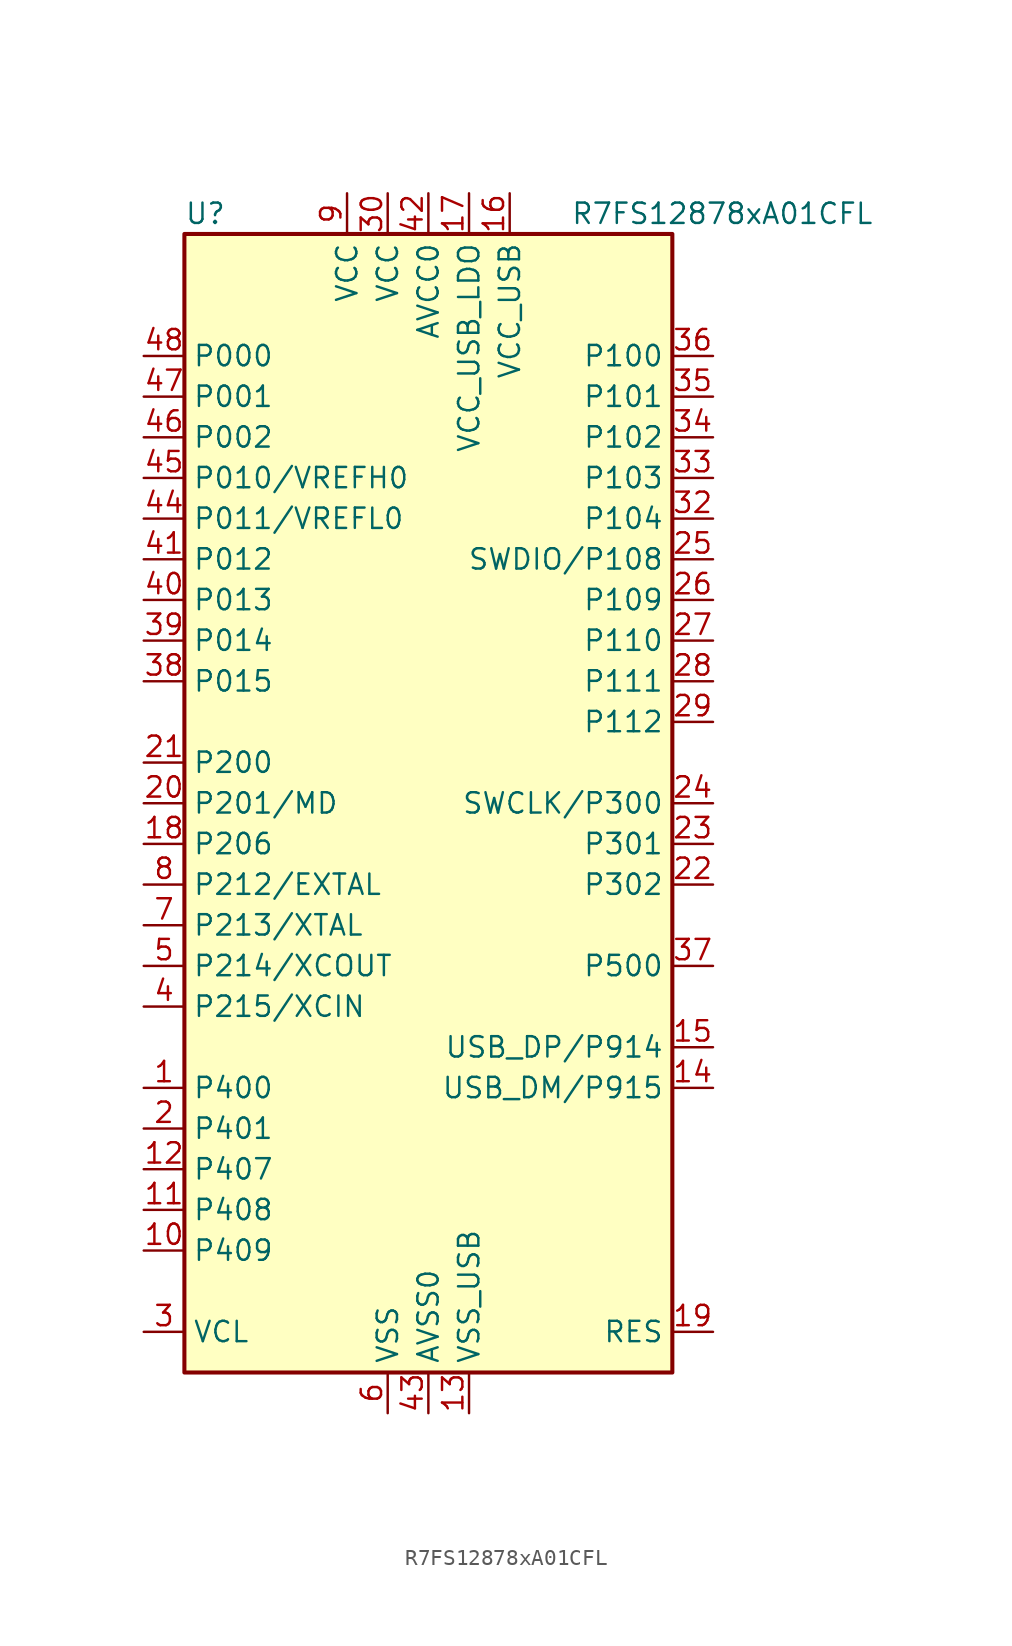
<source format=kicad_sym>
(kicad_symbol_lib
  (version 20241209)
  (generator "kicad_symbol_editor")
  (generator_version "9.0")
  (symbol "R7FS12878xA01CFL"
    (property "Reference" "U"
      (at -15.24 36.83 0)
      (effects (font (size 1.27 1.27)) (justify left)))
    (property "Value" "R7FS12878xA01CFL"
      (at 8.89 36.83 0)
      (effects (font (size 1.27 1.27)) (justify left)))
    (symbol "R7FS12878xA01CFL_0_1"
      (rectangle (start -15.24 -35.56) (end 15.24 35.56) (stroke (width 0.254) (type default)) (fill (type background))))
    (symbol "R7FS12878xA01CFL_1_1"
      (pin bidirectional line (at -17.78 27.94 0) (length 2.54) (name "P000" (effects (font (size 1.27 1.27)))) (number "48" (effects (font (size 1.27 1.27)))))
      (pin bidirectional line (at -17.78 25.4 0) (length 2.54) (name "P001" (effects (font (size 1.27 1.27)))) (number "47" (effects (font (size 1.27 1.27)))))
      (pin bidirectional line (at -17.78 22.86 0) (length 2.54) (name "P002" (effects (font (size 1.27 1.27)))) (number "46" (effects (font (size 1.27 1.27)))))
      (pin bidirectional line (at -17.78 20.32 0) (length 2.54) (name "P010/VREFH0" (effects (font (size 1.27 1.27)))) (number "45" (effects (font (size 1.27 1.27)))))
      (pin bidirectional line (at -17.78 17.78 0) (length 2.54) (name "P011/VREFL0" (effects (font (size 1.27 1.27)))) (number "44" (effects (font (size 1.27 1.27)))))
      (pin bidirectional line (at -17.78 15.24 0) (length 2.54) (name "P012" (effects (font (size 1.27 1.27)))) (number "41" (effects (font (size 1.27 1.27)))))
      (pin bidirectional line (at -17.78 12.7 0) (length 2.54) (name "P013" (effects (font (size 1.27 1.27)))) (number "40" (effects (font (size 1.27 1.27)))))
      (pin bidirectional line (at -17.78 10.16 0) (length 2.54) (name "P014" (effects (font (size 1.27 1.27)))) (number "39" (effects (font (size 1.27 1.27)))))
      (pin bidirectional line (at -17.78 7.62 0) (length 2.54) (name "P015" (effects (font (size 1.27 1.27)))) (number "38" (effects (font (size 1.27 1.27)))))
      (pin bidirectional line (at -17.78 2.54 0) (length 2.54) (name "P200" (effects (font (size 1.27 1.27)))) (number "21" (effects (font (size 1.27 1.27)))))
      (pin bidirectional line (at -17.78 0 0) (length 2.54) (name "P201/MD" (effects (font (size 1.27 1.27)))) (number "20" (effects (font (size 1.27 1.27)))))
      (pin bidirectional line (at -17.78 -2.54 0) (length 2.54) (name "P206" (effects (font (size 1.27 1.27)))) (number "18" (effects (font (size 1.27 1.27)))))
      (pin bidirectional line (at -17.78 -5.08 0) (length 2.54) (name "P212/EXTAL" (effects (font (size 1.27 1.27)))) (number "8" (effects (font (size 1.27 1.27)))))
      (pin bidirectional line (at -17.78 -7.62 0) (length 2.54) (name "P213/XTAL" (effects (font (size 1.27 1.27)))) (number "7" (effects (font (size 1.27 1.27)))))
      (pin bidirectional line (at -17.78 -10.16 0) (length 2.54) (name "P214/XCOUT" (effects (font (size 1.27 1.27)))) (number "5" (effects (font (size 1.27 1.27)))))
      (pin bidirectional line (at -17.78 -12.7 0) (length 2.54) (name "P215/XCIN" (effects (font (size 1.27 1.27)))) (number "4" (effects (font (size 1.27 1.27)))))
      (pin bidirectional line (at -17.78 -17.78 0) (length 2.54) (name "P400" (effects (font (size 1.27 1.27)))) (number "1" (effects (font (size 1.27 1.27)))))
      (pin bidirectional line (at -17.78 -20.32 0) (length 2.54) (name "P401" (effects (font (size 1.27 1.27)))) (number "2" (effects (font (size 1.27 1.27)))))
      (pin bidirectional line (at -17.78 -22.86 0) (length 2.54) (name "P407" (effects (font (size 1.27 1.27)))) (number "12" (effects (font (size 1.27 1.27)))))
      (pin bidirectional line (at -17.78 -25.4 0) (length 2.54) (name "P408" (effects (font (size 1.27 1.27)))) (number "11" (effects (font (size 1.27 1.27)))))
      (pin bidirectional line (at -17.78 -27.94 0) (length 2.54) (name "P409" (effects (font (size 1.27 1.27)))) (number "10" (effects (font (size 1.27 1.27)))))
      (pin passive line (at -17.78 -33.02 0) (length 2.54) (name "VCL" (effects (font (size 1.27 1.27)))) (number "3" (effects (font (size 1.27 1.27)))))
      (pin power_in line (at -5.08 38.1 270) (length 2.54) (name "VCC" (effects (font (size 1.27 1.27)))) (number "9" (effects (font (size 1.27 1.27)))))
      (pin power_in line (at -2.54 38.1 270) (length 2.54) (name "VCC" (effects (font (size 1.27 1.27)))) (number "30" (effects (font (size 1.27 1.27)))))
      (pin passive line (at -2.54 -38.1 90) (length 2.54) (hide yes) (name "VSS" (effects (font (size 1.27 1.27)))) (number "31" (effects (font (size 1.27 1.27)))))
      (pin power_in line (at -2.54 -38.1 90) (length 2.54) (name "VSS" (effects (font (size 1.27 1.27)))) (number "6" (effects (font (size 1.27 1.27)))))
      (pin power_in line (at 0 38.1 270) (length 2.54) (name "AVCC0" (effects (font (size 1.27 1.27)))) (number "42" (effects (font (size 1.27 1.27)))))
      (pin power_in line (at 0 -38.1 90) (length 2.54) (name "AVSS0" (effects (font (size 1.27 1.27)))) (number "43" (effects (font (size 1.27 1.27)))))
      (pin power_in line (at 2.54 38.1 270) (length 2.54) (name "VCC_USB_LDO" (effects (font (size 1.27 1.27)))) (number "17" (effects (font (size 1.27 1.27)))))
      (pin power_in line (at 2.54 -38.1 90) (length 2.54) (name "VSS_USB" (effects (font (size 1.27 1.27)))) (number "13" (effects (font (size 1.27 1.27)))))
      (pin power_in line (at 5.08 38.1 270) (length 2.54) (name "VCC_USB" (effects (font (size 1.27 1.27)))) (number "16" (effects (font (size 1.27 1.27)))))
      (pin bidirectional line (at 17.78 27.94 180) (length 2.54) (name "P100" (effects (font (size 1.27 1.27)))) (number "36" (effects (font (size 1.27 1.27)))))
      (pin bidirectional line (at 17.78 25.4 180) (length 2.54) (name "P101" (effects (font (size 1.27 1.27)))) (number "35" (effects (font (size 1.27 1.27)))))
      (pin bidirectional line (at 17.78 22.86 180) (length 2.54) (name "P102" (effects (font (size 1.27 1.27)))) (number "34" (effects (font (size 1.27 1.27)))))
      (pin bidirectional line (at 17.78 20.32 180) (length 2.54) (name "P103" (effects (font (size 1.27 1.27)))) (number "33" (effects (font (size 1.27 1.27)))))
      (pin bidirectional line (at 17.78 17.78 180) (length 2.54) (name "P104" (effects (font (size 1.27 1.27)))) (number "32" (effects (font (size 1.27 1.27)))))
      (pin bidirectional line (at 17.78 15.24 180) (length 2.54) (name "SWDIO/P108" (effects (font (size 1.27 1.27)))) (number "25" (effects (font (size 1.27 1.27)))))
      (pin bidirectional line (at 17.78 12.7 180) (length 2.54) (name "P109" (effects (font (size 1.27 1.27)))) (number "26" (effects (font (size 1.27 1.27)))))
      (pin bidirectional line (at 17.78 10.16 180) (length 2.54) (name "P110" (effects (font (size 1.27 1.27)))) (number "27" (effects (font (size 1.27 1.27)))))
      (pin bidirectional line (at 17.78 7.62 180) (length 2.54) (name "P111" (effects (font (size 1.27 1.27)))) (number "28" (effects (font (size 1.27 1.27)))))
      (pin bidirectional line (at 17.78 5.08 180) (length 2.54) (name "P112" (effects (font (size 1.27 1.27)))) (number "29" (effects (font (size 1.27 1.27)))))
      (pin bidirectional line (at 17.78 0 180) (length 2.54) (name "SWCLK/P300" (effects (font (size 1.27 1.27)))) (number "24" (effects (font (size 1.27 1.27)))))
      (pin bidirectional line (at 17.78 -2.54 180) (length 2.54) (name "P301" (effects (font (size 1.27 1.27)))) (number "23" (effects (font (size 1.27 1.27)))))
      (pin bidirectional line (at 17.78 -5.08 180) (length 2.54) (name "P302" (effects (font (size 1.27 1.27)))) (number "22" (effects (font (size 1.27 1.27)))))
      (pin bidirectional line (at 17.78 -10.16 180) (length 2.54) (name "P500" (effects (font (size 1.27 1.27)))) (number "37" (effects (font (size 1.27 1.27)))))
      (pin bidirectional line (at 17.78 -15.24 180) (length 2.54) (name "USB_DP/P914" (effects (font (size 1.27 1.27)))) (number "15" (effects (font (size 1.27 1.27)))))
      (pin bidirectional line (at 17.78 -17.78 180) (length 2.54) (name "USB_DM/P915" (effects (font (size 1.27 1.27)))) (number "14" (effects (font (size 1.27 1.27)))))
      (pin input line (at 17.78 -33.02 180) (length 2.54) (name "RES" (effects (font (size 1.27 1.27)))) (number "19" (effects (font (size 1.27 1.27))))))))
</source>
